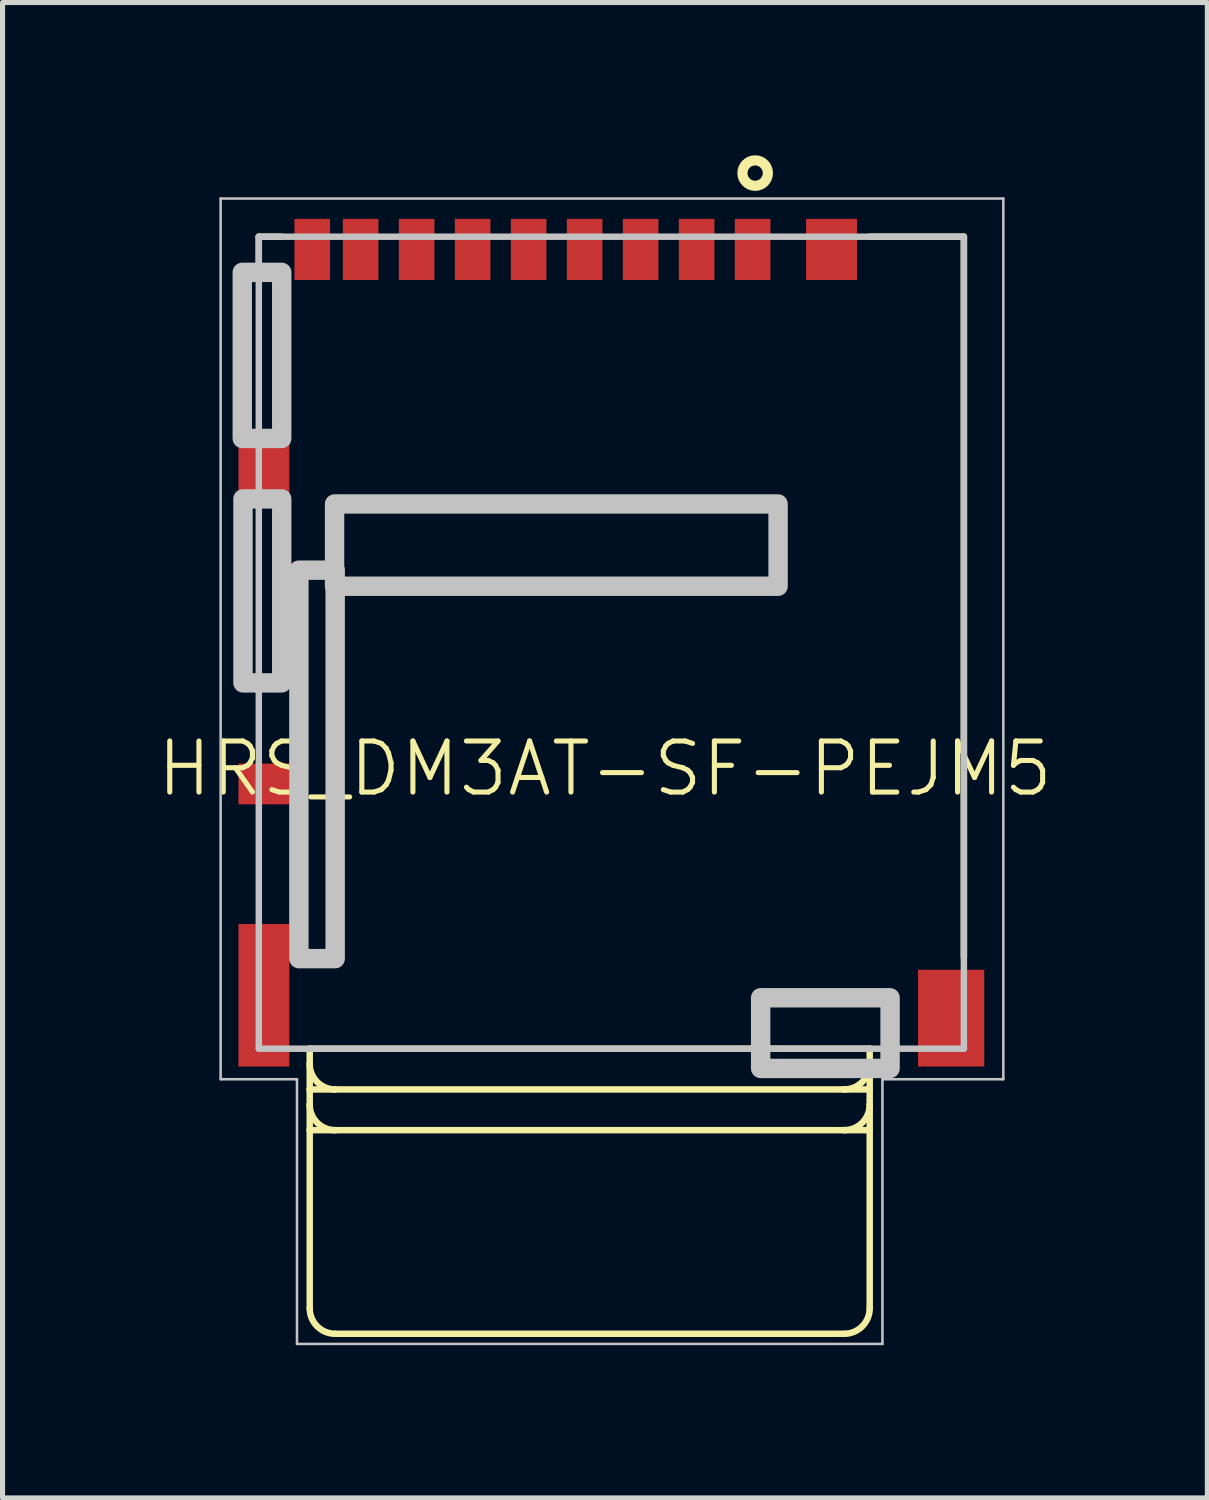
<source format=kicad_pcb>
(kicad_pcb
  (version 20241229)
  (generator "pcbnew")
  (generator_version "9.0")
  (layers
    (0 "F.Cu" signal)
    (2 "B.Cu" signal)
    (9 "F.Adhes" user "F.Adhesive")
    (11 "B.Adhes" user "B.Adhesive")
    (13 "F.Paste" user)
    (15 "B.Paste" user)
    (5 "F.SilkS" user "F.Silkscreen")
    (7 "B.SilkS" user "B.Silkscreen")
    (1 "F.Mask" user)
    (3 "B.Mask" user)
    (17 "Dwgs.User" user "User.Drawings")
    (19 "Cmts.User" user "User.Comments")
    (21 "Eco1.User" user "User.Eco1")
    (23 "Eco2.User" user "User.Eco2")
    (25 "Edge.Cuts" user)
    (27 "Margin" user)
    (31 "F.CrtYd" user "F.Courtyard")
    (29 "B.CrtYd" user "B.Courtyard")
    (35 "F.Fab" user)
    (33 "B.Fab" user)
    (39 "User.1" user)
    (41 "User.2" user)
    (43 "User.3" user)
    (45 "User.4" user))
  (footprint "HRS_DM3AT-SF-PEJM5"
    (layer "F.Cu")
    (at 8.534 1.85)
    (property "Reference" "HRS_DM3AT-SF-PEJM5" (at 0.3 10.2 0) (layer "F.SilkS") (effects (font (size 1.003 1.003) (thickness 0.1))))
    (attr smd)
    (fp_line (start -6.5 -0.25) (end -6.5 0.3) (stroke (width 0.127) (type solid)) (layer "F.SilkS"))
    (fp_line (start -6.05 -0.25) (end -6.5 -0.25) (stroke (width 0.127) (type solid)) (layer "F.SilkS"))
    (fp_line (start -5.5 15.7) (end -5.5 16) (stroke (width 0.127) (type solid)) (layer "F.SilkS"))
    (fp_line (start -5.5 15.7) (end 5.5 15.7) (stroke (width 0.127) (type solid)) (layer "F.SilkS"))
    (fp_line (start -5.5 16.5) (end -5.5 16) (stroke (width 0.127) (type solid)) (layer "F.SilkS"))
    (fp_line (start -5.5 16.5) (end -5.5 16.8) (stroke (width 0.127) (type solid)) (layer "F.SilkS"))
    (fp_line (start -5.5 17.3) (end -5.5 16.8) (stroke (width 0.127) (type solid)) (layer "F.SilkS"))
    (fp_line (start -5.5 17.3) (end -5.5 20.8) (stroke (width 0.127) (type solid)) (layer "F.SilkS"))
    (fp_line (start -5 16.5) (end -5.5 16.5) (stroke (width 0.127) (type solid)) (layer "F.SilkS"))
    (fp_line (start -5 17.3) (end -5.5 17.3) (stroke (width 0.127) (type solid)) (layer "F.SilkS"))
    (fp_line (start 5 16.5) (end -5 16.5) (stroke (width 0.127) (type solid)) (layer "F.SilkS"))
    (fp_line (start 5 17.3) (end -5 17.3) (stroke (width 0.127) (type solid)) (layer "F.SilkS"))
    (fp_line (start 5 21.3) (end -5 21.3) (stroke (width 0.127) (type solid)) (layer "F.SilkS"))
    (fp_line (start 5.5 -0.25) (end 7.35 -0.25) (stroke (width 0.127) (type solid)) (layer "F.SilkS"))
    (fp_line (start 5.5 15.7) (end 5.5 16) (stroke (width 0.127) (type solid)) (layer "F.SilkS"))
    (fp_line (start 5.5 16) (end 5.5 16.5) (stroke (width 0.127) (type solid)) (layer "F.SilkS"))
    (fp_line (start 5.5 16.5) (end 5 16.5) (stroke (width 0.127) (type solid)) (layer "F.SilkS"))
    (fp_line (start 5.5 16.5) (end 5.5 16.8) (stroke (width 0.127) (type solid)) (layer "F.SilkS"))
    (fp_line (start 5.5 16.8) (end 5.5 17.3) (stroke (width 0.127) (type solid)) (layer "F.SilkS"))
    (fp_line (start 5.5 17.3) (end 5 17.3) (stroke (width 0.127) (type solid)) (layer "F.SilkS"))
    (fp_line (start 5.5 17.3) (end 5.5 20.8) (stroke (width 0.127) (type solid)) (layer "F.SilkS"))
    (fp_line (start 7.35 -0.25) (end 7.35 13.9) (stroke (width 0.127) (type solid)) (layer "F.SilkS"))
    (fp_arc (start -5 16.5) (mid -5.353553 16.353553) (end -5.5 16) (stroke (width 0.127) (type solid)) (layer "F.SilkS"))
    (fp_arc (start -5 17.3) (mid -5.353553 17.153553) (end -5.5 16.8) (stroke (width 0.127) (type solid)) (layer "F.SilkS"))
    (fp_arc (start -5 21.3) (mid -5.353553 21.153553) (end -5.5 20.8) (stroke (width 0.127) (type solid)) (layer "F.SilkS"))
    (fp_arc (start 5.5 16) (mid 5.353553 16.353553) (end 5 16.5) (stroke (width 0.127) (type solid)) (layer "F.SilkS"))
    (fp_arc (start 5.5 16.8) (mid 5.353553 17.153553) (end 5 17.3) (stroke (width 0.127) (type solid)) (layer "F.SilkS"))
    (fp_arc (start 5.5 20.8) (mid 5.353553 21.153553) (end 5 21.3) (stroke (width 0.127) (type solid)) (layer "F.SilkS"))
    (fp_circle (center 3.25 -1.5) (end 3.5 -1.5) (stroke (width 0.2) (type solid)) (fill no) (layer "F.SilkS"))
    (fp_line (start -7.25 -1) (end 8.125 -1) (stroke (width 0.05) (type solid)) (layer "Dwgs.User"))
    (fp_line (start -7.25 16.3) (end -7.25 -1) (stroke (width 0.05) (type solid)) (layer "Dwgs.User"))
    (fp_line (start -6.5 -0.25) (end 7.35 -0.25) (stroke (width 0.127) (type solid)) (layer "Dwgs.User"))
    (fp_line (start -6.5 15.7) (end -6.5 -0.25) (stroke (width 0.127) (type solid)) (layer "Dwgs.User"))
    (fp_line (start -5.75 16.3) (end -7.25 16.3) (stroke (width 0.05) (type solid)) (layer "Dwgs.User"))
    (fp_line (start -5.75 21.5) (end -5.75 16.3) (stroke (width 0.05) (type solid)) (layer "Dwgs.User"))
    (fp_line (start 5.75 16.3) (end 5.75 21.5) (stroke (width 0.05) (type solid)) (layer "Dwgs.User"))
    (fp_line (start 5.75 21.5) (end -5.75 21.5) (stroke (width 0.05) (type solid)) (layer "Dwgs.User"))
    (fp_line (start 7.35 -0.25) (end 7.35 15.7) (stroke (width 0.127) (type solid)) (layer "Dwgs.User"))
    (fp_line (start 7.35 15.7) (end -6.5 15.7) (stroke (width 0.127) (type solid)) (layer "Dwgs.User"))
    (fp_line (start 8.125 -1) (end 8.125 16.3) (stroke (width 0.05) (type solid)) (layer "Dwgs.User"))
    (fp_line (start 8.125 16.3) (end 5.75 16.3) (stroke (width 0.05) (type solid)) (layer "Dwgs.User"))
    (fp_poly (pts (xy -6.825 0.45) (xy -6.05 0.45) (xy -6.05 3.713) (xy -6.825 3.713)) (stroke (width 0.381) (type solid)) (fill no) (layer "Dwgs.User"))
    (fp_poly (pts (xy -6.811 4.9) (xy -6.05 4.9) (xy -6.05 8.514) (xy -6.811 8.514)) (stroke (width 0.381) (type solid)) (fill no) (layer "Dwgs.User"))
    (fp_poly (pts (xy -5.713 6.3) (xy -5 6.3) (xy -5 13.931) (xy -5.713 13.931)) (stroke (width 0.381) (type solid)) (fill no) (layer "Dwgs.User"))
    (fp_poly (pts (xy -5.012 5) (xy 3.7 5) (xy 3.7 6.616) (xy -5.012 6.616)) (stroke (width 0.381) (type solid)) (fill no) (layer "Dwgs.User"))
    (fp_poly (pts (xy 3.358 14.7) (xy 5.9 14.7) (xy 5.9 16.088) (xy 3.358 16.088)) (stroke (width 0.381) (type solid)) (fill no) (layer "Dwgs.User"))
    (pad "1" smd rect (at 3.2 0) (size 0.7 1.2) (layers "F.Cu" "F.Mask" "F.Paste"))
    (pad "2" smd rect (at 2.1 0) (size 0.7 1.2) (layers "F.Cu" "F.Mask" "F.Paste"))
    (pad "3" smd rect (at 1 0) (size 0.7 1.2) (layers "F.Cu" "F.Mask" "F.Paste"))
    (pad "4" smd rect (at -0.1 0) (size 0.7 1.2) (layers "F.Cu" "F.Mask" "F.Paste"))
    (pad "5" smd rect (at -1.2 0) (size 0.7 1.2) (layers "F.Cu" "F.Mask" "F.Paste"))
    (pad "6" smd rect (at -2.3 0) (size 0.7 1.2) (layers "F.Cu" "F.Mask" "F.Paste"))
    (pad "7" smd rect (at -3.4 0) (size 0.7 1.2) (layers "F.Cu" "F.Mask" "F.Paste"))
    (pad "8" smd rect (at -4.5 0) (size 0.7 1.2) (layers "F.Cu" "F.Mask" "F.Paste"))
    (pad "P1" smd rect (at -6.4 4.3) (size 1 1.2) (layers "F.Cu" "F.Mask" "F.Paste"))
    (pad "P2" smd rect (at -6.4 14.65) (size 1 2.8) (layers "F.Cu" "F.Mask" "F.Paste"))
    (pad "P3" smd rect (at 7.1 15.1) (size 1.3 1.9) (layers "F.Cu" "F.Mask" "F.Paste"))
    (pad "P4" smd rect (at 4.75 0) (size 1 1.2) (layers "F.Cu" "F.Mask" "F.Paste"))
    (pad "SWA" smd rect (at -6.4 10.5) (size 1 0.8) (layers "F.Cu" "F.Mask" "F.Paste"))
    (pad "SWB" smd rect (at -5.45 0) (size 0.7 1.2) (layers "F.Cu" "F.Mask" "F.Paste")))
  (gr_rect
    (start -3 -3)
    (end 20.667 26.375)
    (stroke (width 0.1) (type default))
    (fill no)
    (layer "Edge.Cuts")))
</source>
